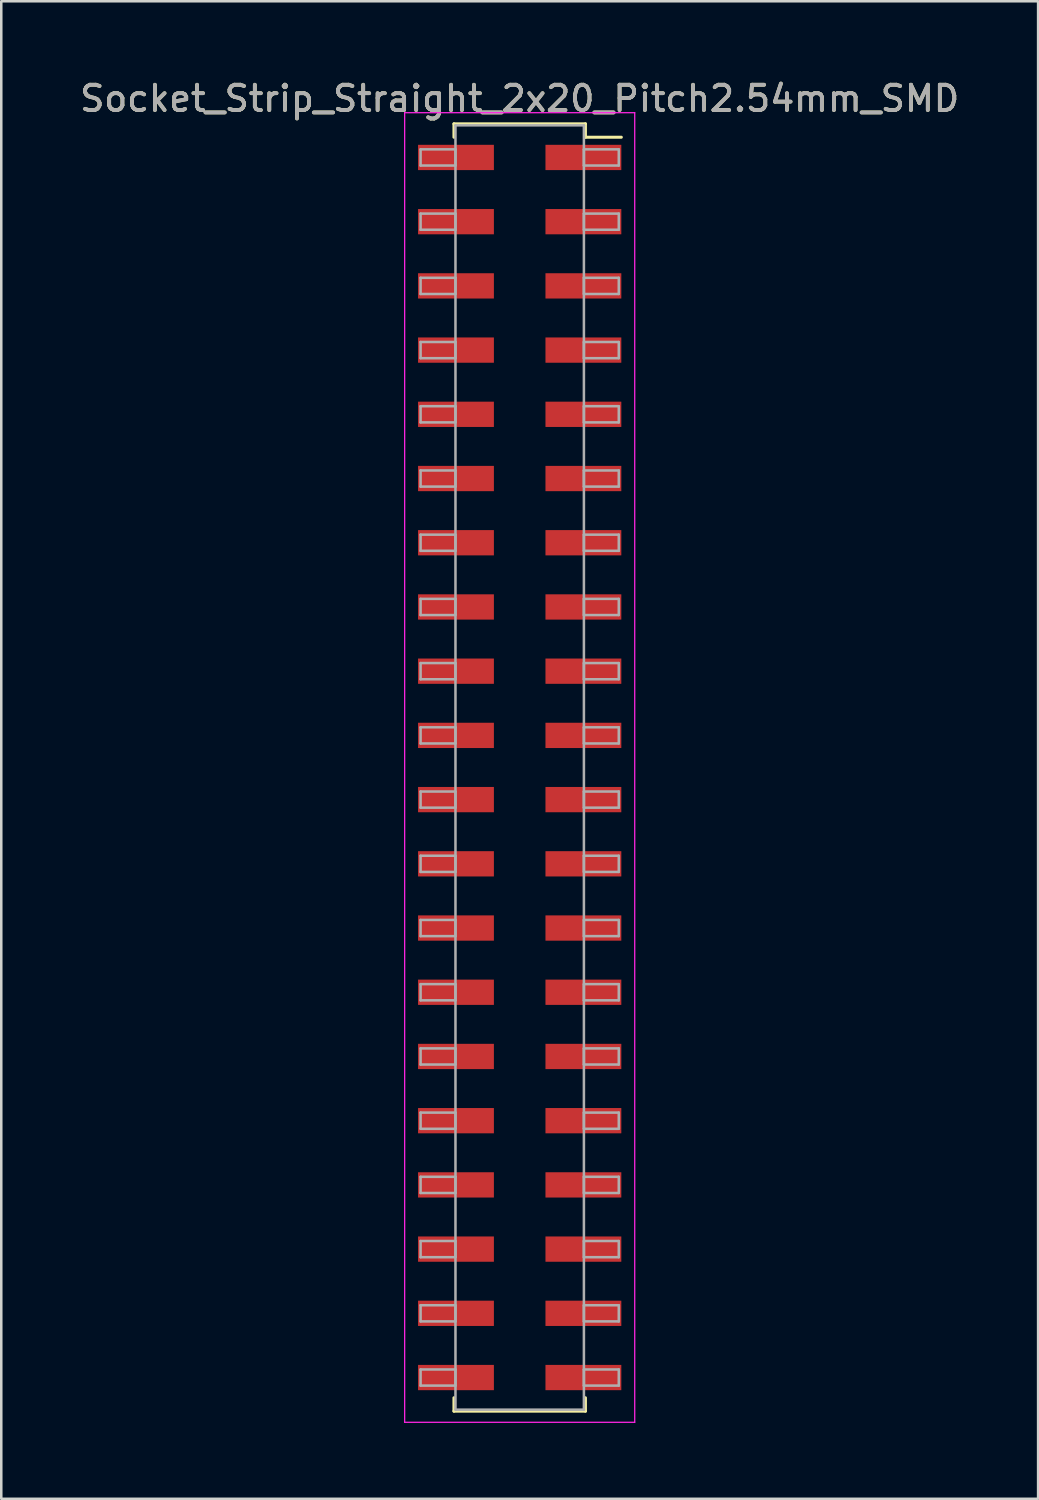
<source format=kicad_pcb>
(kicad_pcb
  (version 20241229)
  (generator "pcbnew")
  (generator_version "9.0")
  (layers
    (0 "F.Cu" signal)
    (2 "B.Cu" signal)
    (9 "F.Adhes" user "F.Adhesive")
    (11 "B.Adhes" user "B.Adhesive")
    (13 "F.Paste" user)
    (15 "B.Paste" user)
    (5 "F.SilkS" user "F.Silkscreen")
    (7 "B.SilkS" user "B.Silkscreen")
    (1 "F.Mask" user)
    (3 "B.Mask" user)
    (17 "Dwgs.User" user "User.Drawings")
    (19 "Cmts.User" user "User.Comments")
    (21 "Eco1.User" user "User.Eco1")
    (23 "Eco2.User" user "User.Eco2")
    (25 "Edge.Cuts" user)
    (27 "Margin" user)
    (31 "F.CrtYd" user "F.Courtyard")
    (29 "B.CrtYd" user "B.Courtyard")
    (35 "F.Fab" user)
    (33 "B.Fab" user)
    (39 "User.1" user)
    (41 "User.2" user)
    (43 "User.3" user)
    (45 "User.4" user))
  (footprint "Socket_Strip_Straight_2x20_Pitch2.54mm_SMD"
    (layer "F.Cu")
    (at 17.506 27.308)
    (property "Reference" "Socket_Strip_Straight_2x20_Pitch2.54mm_SMD" (at 0 -26.46 0) (layer "F.SilkS") (effects (font (size 1 1) (thickness 0.15))))
    (attr smd)
    (fp_line (start -2.6 -25.46) (end 2.6 -25.46) (stroke (width 0.12) (type solid)) (layer "F.SilkS"))
    (fp_line (start -2.6 -24.93) (end -2.6 -25.46) (stroke (width 0.12) (type solid)) (layer "F.SilkS"))
    (fp_line (start -2.6 24.93) (end -2.6 25.46) (stroke (width 0.12) (type solid)) (layer "F.SilkS"))
    (fp_line (start -2.6 25.46) (end 2.6 25.46) (stroke (width 0.12) (type solid)) (layer "F.SilkS"))
    (fp_line (start 2.6 -25.46) (end 2.6 -24.93) (stroke (width 0.12) (type solid)) (layer "F.SilkS"))
    (fp_line (start 2.6 25.46) (end 2.6 24.93) (stroke (width 0.12) (type solid)) (layer "F.SilkS"))
    (fp_line (start 4.02 -24.93) (end 2.6 -24.93) (stroke (width 0.12) (type solid)) (layer "F.SilkS"))
    (fp_line (start -4.55 -25.9) (end -4.55 25.9) (stroke (width 0.05) (type solid)) (layer "F.CrtYd"))
    (fp_line (start -4.55 25.9) (end 4.55 25.9) (stroke (width 0.05) (type solid)) (layer "F.CrtYd"))
    (fp_line (start 4.55 -25.9) (end -4.55 -25.9) (stroke (width 0.05) (type solid)) (layer "F.CrtYd"))
    (fp_line (start 4.55 25.9) (end 4.55 -25.9) (stroke (width 0.05) (type solid)) (layer "F.CrtYd"))
    (fp_line (start -3.92 -24.45) (end -2.54 -24.45) (stroke (width 0.1) (type solid)) (layer "F.Fab"))
    (fp_line (start -3.92 -23.81) (end -3.92 -24.45) (stroke (width 0.1) (type solid)) (layer "F.Fab"))
    (fp_line (start -3.92 -21.91) (end -2.54 -21.91) (stroke (width 0.1) (type solid)) (layer "F.Fab"))
    (fp_line (start -3.92 -21.27) (end -3.92 -21.91) (stroke (width 0.1) (type solid)) (layer "F.Fab"))
    (fp_line (start -3.92 -19.37) (end -2.54 -19.37) (stroke (width 0.1) (type solid)) (layer "F.Fab"))
    (fp_line (start -3.92 -18.73) (end -3.92 -19.37) (stroke (width 0.1) (type solid)) (layer "F.Fab"))
    (fp_line (start -3.92 -16.83) (end -2.54 -16.83) (stroke (width 0.1) (type solid)) (layer "F.Fab"))
    (fp_line (start -3.92 -16.19) (end -3.92 -16.83) (stroke (width 0.1) (type solid)) (layer "F.Fab"))
    (fp_line (start -3.92 -14.29) (end -2.54 -14.29) (stroke (width 0.1) (type solid)) (layer "F.Fab"))
    (fp_line (start -3.92 -13.65) (end -3.92 -14.29) (stroke (width 0.1) (type solid)) (layer "F.Fab"))
    (fp_line (start -3.92 -11.75) (end -2.54 -11.75) (stroke (width 0.1) (type solid)) (layer "F.Fab"))
    (fp_line (start -3.92 -11.11) (end -3.92 -11.75) (stroke (width 0.1) (type solid)) (layer "F.Fab"))
    (fp_line (start -3.92 -9.21) (end -2.54 -9.21) (stroke (width 0.1) (type solid)) (layer "F.Fab"))
    (fp_line (start -3.92 -8.57) (end -3.92 -9.21) (stroke (width 0.1) (type solid)) (layer "F.Fab"))
    (fp_line (start -3.92 -6.67) (end -2.54 -6.67) (stroke (width 0.1) (type solid)) (layer "F.Fab"))
    (fp_line (start -3.92 -6.03) (end -3.92 -6.67) (stroke (width 0.1) (type solid)) (layer "F.Fab"))
    (fp_line (start -3.92 -4.13) (end -2.54 -4.13) (stroke (width 0.1) (type solid)) (layer "F.Fab"))
    (fp_line (start -3.92 -3.49) (end -3.92 -4.13) (stroke (width 0.1) (type solid)) (layer "F.Fab"))
    (fp_line (start -3.92 -1.59) (end -2.54 -1.59) (stroke (width 0.1) (type solid)) (layer "F.Fab"))
    (fp_line (start -3.92 -0.95) (end -3.92 -1.59) (stroke (width 0.1) (type solid)) (layer "F.Fab"))
    (fp_line (start -3.92 0.95) (end -2.54 0.95) (stroke (width 0.1) (type solid)) (layer "F.Fab"))
    (fp_line (start -3.92 1.59) (end -3.92 0.95) (stroke (width 0.1) (type solid)) (layer "F.Fab"))
    (fp_line (start -3.92 3.49) (end -2.54 3.49) (stroke (width 0.1) (type solid)) (layer "F.Fab"))
    (fp_line (start -3.92 4.13) (end -3.92 3.49) (stroke (width 0.1) (type solid)) (layer "F.Fab"))
    (fp_line (start -3.92 6.03) (end -2.54 6.03) (stroke (width 0.1) (type solid)) (layer "F.Fab"))
    (fp_line (start -3.92 6.67) (end -3.92 6.03) (stroke (width 0.1) (type solid)) (layer "F.Fab"))
    (fp_line (start -3.92 8.57) (end -2.54 8.57) (stroke (width 0.1) (type solid)) (layer "F.Fab"))
    (fp_line (start -3.92 9.21) (end -3.92 8.57) (stroke (width 0.1) (type solid)) (layer "F.Fab"))
    (fp_line (start -3.92 11.11) (end -2.54 11.11) (stroke (width 0.1) (type solid)) (layer "F.Fab"))
    (fp_line (start -3.92 11.75) (end -3.92 11.11) (stroke (width 0.1) (type solid)) (layer "F.Fab"))
    (fp_line (start -3.92 13.65) (end -2.54 13.65) (stroke (width 0.1) (type solid)) (layer "F.Fab"))
    (fp_line (start -3.92 14.29) (end -3.92 13.65) (stroke (width 0.1) (type solid)) (layer "F.Fab"))
    (fp_line (start -3.92 16.19) (end -2.54 16.19) (stroke (width 0.1) (type solid)) (layer "F.Fab"))
    (fp_line (start -3.92 16.83) (end -3.92 16.19) (stroke (width 0.1) (type solid)) (layer "F.Fab"))
    (fp_line (start -3.92 18.73) (end -2.54 18.73) (stroke (width 0.1) (type solid)) (layer "F.Fab"))
    (fp_line (start -3.92 19.37) (end -3.92 18.73) (stroke (width 0.1) (type solid)) (layer "F.Fab"))
    (fp_line (start -3.92 21.27) (end -2.54 21.27) (stroke (width 0.1) (type solid)) (layer "F.Fab"))
    (fp_line (start -3.92 21.91) (end -3.92 21.27) (stroke (width 0.1) (type solid)) (layer "F.Fab"))
    (fp_line (start -3.92 23.81) (end -2.54 23.81) (stroke (width 0.1) (type solid)) (layer "F.Fab"))
    (fp_line (start -3.92 24.45) (end -3.92 23.81) (stroke (width 0.1) (type solid)) (layer "F.Fab"))
    (fp_line (start -2.54 -25.4) (end -2.54 25.4) (stroke (width 0.1) (type solid)) (layer "F.Fab"))
    (fp_line (start -2.54 -24.45) (end -2.54 -23.81) (stroke (width 0.1) (type solid)) (layer "F.Fab"))
    (fp_line (start -2.54 -23.81) (end -3.92 -23.81) (stroke (width 0.1) (type solid)) (layer "F.Fab"))
    (fp_line (start -2.54 -21.91) (end -2.54 -21.27) (stroke (width 0.1) (type solid)) (layer "F.Fab"))
    (fp_line (start -2.54 -21.27) (end -3.92 -21.27) (stroke (width 0.1) (type solid)) (layer "F.Fab"))
    (fp_line (start -2.54 -19.37) (end -2.54 -18.73) (stroke (width 0.1) (type solid)) (layer "F.Fab"))
    (fp_line (start -2.54 -18.73) (end -3.92 -18.73) (stroke (width 0.1) (type solid)) (layer "F.Fab"))
    (fp_line (start -2.54 -16.83) (end -2.54 -16.19) (stroke (width 0.1) (type solid)) (layer "F.Fab"))
    (fp_line (start -2.54 -16.19) (end -3.92 -16.19) (stroke (width 0.1) (type solid)) (layer "F.Fab"))
    (fp_line (start -2.54 -14.29) (end -2.54 -13.65) (stroke (width 0.1) (type solid)) (layer "F.Fab"))
    (fp_line (start -2.54 -13.65) (end -3.92 -13.65) (stroke (width 0.1) (type solid)) (layer "F.Fab"))
    (fp_line (start -2.54 -11.75) (end -2.54 -11.11) (stroke (width 0.1) (type solid)) (layer "F.Fab"))
    (fp_line (start -2.54 -11.11) (end -3.92 -11.11) (stroke (width 0.1) (type solid)) (layer "F.Fab"))
    (fp_line (start -2.54 -9.21) (end -2.54 -8.57) (stroke (width 0.1) (type solid)) (layer "F.Fab"))
    (fp_line (start -2.54 -8.57) (end -3.92 -8.57) (stroke (width 0.1) (type solid)) (layer "F.Fab"))
    (fp_line (start -2.54 -6.67) (end -2.54 -6.03) (stroke (width 0.1) (type solid)) (layer "F.Fab"))
    (fp_line (start -2.54 -6.03) (end -3.92 -6.03) (stroke (width 0.1) (type solid)) (layer "F.Fab"))
    (fp_line (start -2.54 -4.13) (end -2.54 -3.49) (stroke (width 0.1) (type solid)) (layer "F.Fab"))
    (fp_line (start -2.54 -3.49) (end -3.92 -3.49) (stroke (width 0.1) (type solid)) (layer "F.Fab"))
    (fp_line (start -2.54 -1.59) (end -2.54 -0.95) (stroke (width 0.1) (type solid)) (layer "F.Fab"))
    (fp_line (start -2.54 -0.95) (end -3.92 -0.95) (stroke (width 0.1) (type solid)) (layer "F.Fab"))
    (fp_line (start -2.54 0.95) (end -2.54 1.59) (stroke (width 0.1) (type solid)) (layer "F.Fab"))
    (fp_line (start -2.54 1.59) (end -3.92 1.59) (stroke (width 0.1) (type solid)) (layer "F.Fab"))
    (fp_line (start -2.54 3.49) (end -2.54 4.13) (stroke (width 0.1) (type solid)) (layer "F.Fab"))
    (fp_line (start -2.54 4.13) (end -3.92 4.13) (stroke (width 0.1) (type solid)) (layer "F.Fab"))
    (fp_line (start -2.54 6.03) (end -2.54 6.67) (stroke (width 0.1) (type solid)) (layer "F.Fab"))
    (fp_line (start -2.54 6.67) (end -3.92 6.67) (stroke (width 0.1) (type solid)) (layer "F.Fab"))
    (fp_line (start -2.54 8.57) (end -2.54 9.21) (stroke (width 0.1) (type solid)) (layer "F.Fab"))
    (fp_line (start -2.54 9.21) (end -3.92 9.21) (stroke (width 0.1) (type solid)) (layer "F.Fab"))
    (fp_line (start -2.54 11.11) (end -2.54 11.75) (stroke (width 0.1) (type solid)) (layer "F.Fab"))
    (fp_line (start -2.54 11.75) (end -3.92 11.75) (stroke (width 0.1) (type solid)) (layer "F.Fab"))
    (fp_line (start -2.54 13.65) (end -2.54 14.29) (stroke (width 0.1) (type solid)) (layer "F.Fab"))
    (fp_line (start -2.54 14.29) (end -3.92 14.29) (stroke (width 0.1) (type solid)) (layer "F.Fab"))
    (fp_line (start -2.54 16.19) (end -2.54 16.83) (stroke (width 0.1) (type solid)) (layer "F.Fab"))
    (fp_line (start -2.54 16.83) (end -3.92 16.83) (stroke (width 0.1) (type solid)) (layer "F.Fab"))
    (fp_line (start -2.54 18.73) (end -2.54 19.37) (stroke (width 0.1) (type solid)) (layer "F.Fab"))
    (fp_line (start -2.54 19.37) (end -3.92 19.37) (stroke (width 0.1) (type solid)) (layer "F.Fab"))
    (fp_line (start -2.54 21.27) (end -2.54 21.91) (stroke (width 0.1) (type solid)) (layer "F.Fab"))
    (fp_line (start -2.54 21.91) (end -3.92 21.91) (stroke (width 0.1) (type solid)) (layer "F.Fab"))
    (fp_line (start -2.54 23.81) (end -2.54 24.45) (stroke (width 0.1) (type solid)) (layer "F.Fab"))
    (fp_line (start -2.54 24.45) (end -3.92 24.45) (stroke (width 0.1) (type solid)) (layer "F.Fab"))
    (fp_line (start -2.54 25.4) (end 2.54 25.4) (stroke (width 0.1) (type solid)) (layer "F.Fab"))
    (fp_line (start 2.54 -25.4) (end -2.54 -25.4) (stroke (width 0.1) (type solid)) (layer "F.Fab"))
    (fp_line (start 2.54 -24.45) (end 2.54 -23.81) (stroke (width 0.1) (type solid)) (layer "F.Fab"))
    (fp_line (start 2.54 -23.81) (end 3.92 -23.81) (stroke (width 0.1) (type solid)) (layer "F.Fab"))
    (fp_line (start 2.54 -21.91) (end 2.54 -21.27) (stroke (width 0.1) (type solid)) (layer "F.Fab"))
    (fp_line (start 2.54 -21.27) (end 3.92 -21.27) (stroke (width 0.1) (type solid)) (layer "F.Fab"))
    (fp_line (start 2.54 -19.37) (end 2.54 -18.73) (stroke (width 0.1) (type solid)) (layer "F.Fab"))
    (fp_line (start 2.54 -18.73) (end 3.92 -18.73) (stroke (width 0.1) (type solid)) (layer "F.Fab"))
    (fp_line (start 2.54 -16.83) (end 2.54 -16.19) (stroke (width 0.1) (type solid)) (layer "F.Fab"))
    (fp_line (start 2.54 -16.19) (end 3.92 -16.19) (stroke (width 0.1) (type solid)) (layer "F.Fab"))
    (fp_line (start 2.54 -14.29) (end 2.54 -13.65) (stroke (width 0.1) (type solid)) (layer "F.Fab"))
    (fp_line (start 2.54 -13.65) (end 3.92 -13.65) (stroke (width 0.1) (type solid)) (layer "F.Fab"))
    (fp_line (start 2.54 -11.75) (end 2.54 -11.11) (stroke (width 0.1) (type solid)) (layer "F.Fab"))
    (fp_line (start 2.54 -11.11) (end 3.92 -11.11) (stroke (width 0.1) (type solid)) (layer "F.Fab"))
    (fp_line (start 2.54 -9.21) (end 2.54 -8.57) (stroke (width 0.1) (type solid)) (layer "F.Fab"))
    (fp_line (start 2.54 -8.57) (end 3.92 -8.57) (stroke (width 0.1) (type solid)) (layer "F.Fab"))
    (fp_line (start 2.54 -6.67) (end 2.54 -6.03) (stroke (width 0.1) (type solid)) (layer "F.Fab"))
    (fp_line (start 2.54 -6.03) (end 3.92 -6.03) (stroke (width 0.1) (type solid)) (layer "F.Fab"))
    (fp_line (start 2.54 -4.13) (end 2.54 -3.49) (stroke (width 0.1) (type solid)) (layer "F.Fab"))
    (fp_line (start 2.54 -3.49) (end 3.92 -3.49) (stroke (width 0.1) (type solid)) (layer "F.Fab"))
    (fp_line (start 2.54 -1.59) (end 2.54 -0.95) (stroke (width 0.1) (type solid)) (layer "F.Fab"))
    (fp_line (start 2.54 -0.95) (end 3.92 -0.95) (stroke (width 0.1) (type solid)) (layer "F.Fab"))
    (fp_line (start 2.54 0.95) (end 2.54 1.59) (stroke (width 0.1) (type solid)) (layer "F.Fab"))
    (fp_line (start 2.54 1.59) (end 3.92 1.59) (stroke (width 0.1) (type solid)) (layer "F.Fab"))
    (fp_line (start 2.54 3.49) (end 2.54 4.13) (stroke (width 0.1) (type solid)) (layer "F.Fab"))
    (fp_line (start 2.54 4.13) (end 3.92 4.13) (stroke (width 0.1) (type solid)) (layer "F.Fab"))
    (fp_line (start 2.54 6.03) (end 2.54 6.67) (stroke (width 0.1) (type solid)) (layer "F.Fab"))
    (fp_line (start 2.54 6.67) (end 3.92 6.67) (stroke (width 0.1) (type solid)) (layer "F.Fab"))
    (fp_line (start 2.54 8.57) (end 2.54 9.21) (stroke (width 0.1) (type solid)) (layer "F.Fab"))
    (fp_line (start 2.54 9.21) (end 3.92 9.21) (stroke (width 0.1) (type solid)) (layer "F.Fab"))
    (fp_line (start 2.54 11.11) (end 2.54 11.75) (stroke (width 0.1) (type solid)) (layer "F.Fab"))
    (fp_line (start 2.54 11.75) (end 3.92 11.75) (stroke (width 0.1) (type solid)) (layer "F.Fab"))
    (fp_line (start 2.54 13.65) (end 2.54 14.29) (stroke (width 0.1) (type solid)) (layer "F.Fab"))
    (fp_line (start 2.54 14.29) (end 3.92 14.29) (stroke (width 0.1) (type solid)) (layer "F.Fab"))
    (fp_line (start 2.54 16.19) (end 2.54 16.83) (stroke (width 0.1) (type solid)) (layer "F.Fab"))
    (fp_line (start 2.54 16.83) (end 3.92 16.83) (stroke (width 0.1) (type solid)) (layer "F.Fab"))
    (fp_line (start 2.54 18.73) (end 2.54 19.37) (stroke (width 0.1) (type solid)) (layer "F.Fab"))
    (fp_line (start 2.54 19.37) (end 3.92 19.37) (stroke (width 0.1) (type solid)) (layer "F.Fab"))
    (fp_line (start 2.54 21.27) (end 2.54 21.91) (stroke (width 0.1) (type solid)) (layer "F.Fab"))
    (fp_line (start 2.54 21.91) (end 3.92 21.91) (stroke (width 0.1) (type solid)) (layer "F.Fab"))
    (fp_line (start 2.54 23.81) (end 2.54 24.45) (stroke (width 0.1) (type solid)) (layer "F.Fab"))
    (fp_line (start 2.54 24.45) (end 3.92 24.45) (stroke (width 0.1) (type solid)) (layer "F.Fab"))
    (fp_line (start 2.54 25.4) (end 2.54 -25.4) (stroke (width 0.1) (type solid)) (layer "F.Fab"))
    (fp_line (start 3.92 -24.45) (end 2.54 -24.45) (stroke (width 0.1) (type solid)) (layer "F.Fab"))
    (fp_line (start 3.92 -23.81) (end 3.92 -24.45) (stroke (width 0.1) (type solid)) (layer "F.Fab"))
    (fp_line (start 3.92 -21.91) (end 2.54 -21.91) (stroke (width 0.1) (type solid)) (layer "F.Fab"))
    (fp_line (start 3.92 -21.27) (end 3.92 -21.91) (stroke (width 0.1) (type solid)) (layer "F.Fab"))
    (fp_line (start 3.92 -19.37) (end 2.54 -19.37) (stroke (width 0.1) (type solid)) (layer "F.Fab"))
    (fp_line (start 3.92 -18.73) (end 3.92 -19.37) (stroke (width 0.1) (type solid)) (layer "F.Fab"))
    (fp_line (start 3.92 -16.83) (end 2.54 -16.83) (stroke (width 0.1) (type solid)) (layer "F.Fab"))
    (fp_line (start 3.92 -16.19) (end 3.92 -16.83) (stroke (width 0.1) (type solid)) (layer "F.Fab"))
    (fp_line (start 3.92 -14.29) (end 2.54 -14.29) (stroke (width 0.1) (type solid)) (layer "F.Fab"))
    (fp_line (start 3.92 -13.65) (end 3.92 -14.29) (stroke (width 0.1) (type solid)) (layer "F.Fab"))
    (fp_line (start 3.92 -11.75) (end 2.54 -11.75) (stroke (width 0.1) (type solid)) (layer "F.Fab"))
    (fp_line (start 3.92 -11.11) (end 3.92 -11.75) (stroke (width 0.1) (type solid)) (layer "F.Fab"))
    (fp_line (start 3.92 -9.21) (end 2.54 -9.21) (stroke (width 0.1) (type solid)) (layer "F.Fab"))
    (fp_line (start 3.92 -8.57) (end 3.92 -9.21) (stroke (width 0.1) (type solid)) (layer "F.Fab"))
    (fp_line (start 3.92 -6.67) (end 2.54 -6.67) (stroke (width 0.1) (type solid)) (layer "F.Fab"))
    (fp_line (start 3.92 -6.03) (end 3.92 -6.67) (stroke (width 0.1) (type solid)) (layer "F.Fab"))
    (fp_line (start 3.92 -4.13) (end 2.54 -4.13) (stroke (width 0.1) (type solid)) (layer "F.Fab"))
    (fp_line (start 3.92 -3.49) (end 3.92 -4.13) (stroke (width 0.1) (type solid)) (layer "F.Fab"))
    (fp_line (start 3.92 -1.59) (end 2.54 -1.59) (stroke (width 0.1) (type solid)) (layer "F.Fab"))
    (fp_line (start 3.92 -0.95) (end 3.92 -1.59) (stroke (width 0.1) (type solid)) (layer "F.Fab"))
    (fp_line (start 3.92 0.95) (end 2.54 0.95) (stroke (width 0.1) (type solid)) (layer "F.Fab"))
    (fp_line (start 3.92 1.59) (end 3.92 0.95) (stroke (width 0.1) (type solid)) (layer "F.Fab"))
    (fp_line (start 3.92 3.49) (end 2.54 3.49) (stroke (width 0.1) (type solid)) (layer "F.Fab"))
    (fp_line (start 3.92 4.13) (end 3.92 3.49) (stroke (width 0.1) (type solid)) (layer "F.Fab"))
    (fp_line (start 3.92 6.03) (end 2.54 6.03) (stroke (width 0.1) (type solid)) (layer "F.Fab"))
    (fp_line (start 3.92 6.67) (end 3.92 6.03) (stroke (width 0.1) (type solid)) (layer "F.Fab"))
    (fp_line (start 3.92 8.57) (end 2.54 8.57) (stroke (width 0.1) (type solid)) (layer "F.Fab"))
    (fp_line (start 3.92 9.21) (end 3.92 8.57) (stroke (width 0.1) (type solid)) (layer "F.Fab"))
    (fp_line (start 3.92 11.11) (end 2.54 11.11) (stroke (width 0.1) (type solid)) (layer "F.Fab"))
    (fp_line (start 3.92 11.75) (end 3.92 11.11) (stroke (width 0.1) (type solid)) (layer "F.Fab"))
    (fp_line (start 3.92 13.65) (end 2.54 13.65) (stroke (width 0.1) (type solid)) (layer "F.Fab"))
    (fp_line (start 3.92 14.29) (end 3.92 13.65) (stroke (width 0.1) (type solid)) (layer "F.Fab"))
    (fp_line (start 3.92 16.19) (end 2.54 16.19) (stroke (width 0.1) (type solid)) (layer "F.Fab"))
    (fp_line (start 3.92 16.83) (end 3.92 16.19) (stroke (width 0.1) (type solid)) (layer "F.Fab"))
    (fp_line (start 3.92 18.73) (end 2.54 18.73) (stroke (width 0.1) (type solid)) (layer "F.Fab"))
    (fp_line (start 3.92 19.37) (end 3.92 18.73) (stroke (width 0.1) (type solid)) (layer "F.Fab"))
    (fp_line (start 3.92 21.27) (end 2.54 21.27) (stroke (width 0.1) (type solid)) (layer "F.Fab"))
    (fp_line (start 3.92 21.91) (end 3.92 21.27) (stroke (width 0.1) (type solid)) (layer "F.Fab"))
    (fp_line (start 3.92 23.81) (end 2.54 23.81) (stroke (width 0.1) (type solid)) (layer "F.Fab"))
    (fp_line (start 3.92 24.45) (end 3.92 23.81) (stroke (width 0.1) (type solid)) (layer "F.Fab"))
    (fp_text user "${REFERENCE}" (at 0 -26.46 0) (layer "F.Fab") (effects (font (size 1 1) (thickness 0.15))))
    (pad "1" smd rect (at 2.52 -24.13) (size 3 1) (layers "F.Cu" "F.Mask" "F.Paste"))
    (pad "2" smd rect (at -2.52 -24.13) (size 3 1) (layers "F.Cu" "F.Mask" "F.Paste"))
    (pad "3" smd rect (at 2.52 -21.59) (size 3 1) (layers "F.Cu" "F.Mask" "F.Paste"))
    (pad "4" smd rect (at -2.52 -21.59) (size 3 1) (layers "F.Cu" "F.Mask" "F.Paste"))
    (pad "5" smd rect (at 2.52 -19.05) (size 3 1) (layers "F.Cu" "F.Mask" "F.Paste"))
    (pad "6" smd rect (at -2.52 -19.05) (size 3 1) (layers "F.Cu" "F.Mask" "F.Paste"))
    (pad "7" smd rect (at 2.52 -16.51) (size 3 1) (layers "F.Cu" "F.Mask" "F.Paste"))
    (pad "8" smd rect (at -2.52 -16.51) (size 3 1) (layers "F.Cu" "F.Mask" "F.Paste"))
    (pad "9" smd rect (at 2.52 -13.97) (size 3 1) (layers "F.Cu" "F.Mask" "F.Paste"))
    (pad "10" smd rect (at -2.52 -13.97) (size 3 1) (layers "F.Cu" "F.Mask" "F.Paste"))
    (pad "11" smd rect (at 2.52 -11.43) (size 3 1) (layers "F.Cu" "F.Mask" "F.Paste"))
    (pad "12" smd rect (at -2.52 -11.43) (size 3 1) (layers "F.Cu" "F.Mask" "F.Paste"))
    (pad "13" smd rect (at 2.52 -8.89) (size 3 1) (layers "F.Cu" "F.Mask" "F.Paste"))
    (pad "14" smd rect (at -2.52 -8.89) (size 3 1) (layers "F.Cu" "F.Mask" "F.Paste"))
    (pad "15" smd rect (at 2.52 -6.35) (size 3 1) (layers "F.Cu" "F.Mask" "F.Paste"))
    (pad "16" smd rect (at -2.52 -6.35) (size 3 1) (layers "F.Cu" "F.Mask" "F.Paste"))
    (pad "17" smd rect (at 2.52 -3.81) (size 3 1) (layers "F.Cu" "F.Mask" "F.Paste"))
    (pad "18" smd rect (at -2.52 -3.81) (size 3 1) (layers "F.Cu" "F.Mask" "F.Paste"))
    (pad "19" smd rect (at 2.52 -1.27) (size 3 1) (layers "F.Cu" "F.Mask" "F.Paste"))
    (pad "20" smd rect (at -2.52 -1.27) (size 3 1) (layers "F.Cu" "F.Mask" "F.Paste"))
    (pad "21" smd rect (at 2.52 1.27) (size 3 1) (layers "F.Cu" "F.Mask" "F.Paste"))
    (pad "22" smd rect (at -2.52 1.27) (size 3 1) (layers "F.Cu" "F.Mask" "F.Paste"))
    (pad "23" smd rect (at 2.52 3.81) (size 3 1) (layers "F.Cu" "F.Mask" "F.Paste"))
    (pad "24" smd rect (at -2.52 3.81) (size 3 1) (layers "F.Cu" "F.Mask" "F.Paste"))
    (pad "25" smd rect (at 2.52 6.35) (size 3 1) (layers "F.Cu" "F.Mask" "F.Paste"))
    (pad "26" smd rect (at -2.52 6.35) (size 3 1) (layers "F.Cu" "F.Mask" "F.Paste"))
    (pad "27" smd rect (at 2.52 8.89) (size 3 1) (layers "F.Cu" "F.Mask" "F.Paste"))
    (pad "28" smd rect (at -2.52 8.89) (size 3 1) (layers "F.Cu" "F.Mask" "F.Paste"))
    (pad "29" smd rect (at 2.52 11.43) (size 3 1) (layers "F.Cu" "F.Mask" "F.Paste"))
    (pad "30" smd rect (at -2.52 11.43) (size 3 1) (layers "F.Cu" "F.Mask" "F.Paste"))
    (pad "31" smd rect (at 2.52 13.97) (size 3 1) (layers "F.Cu" "F.Mask" "F.Paste"))
    (pad "32" smd rect (at -2.52 13.97) (size 3 1) (layers "F.Cu" "F.Mask" "F.Paste"))
    (pad "33" smd rect (at 2.52 16.51) (size 3 1) (layers "F.Cu" "F.Mask" "F.Paste"))
    (pad "34" smd rect (at -2.52 16.51) (size 3 1) (layers "F.Cu" "F.Mask" "F.Paste"))
    (pad "35" smd rect (at 2.52 19.05) (size 3 1) (layers "F.Cu" "F.Mask" "F.Paste"))
    (pad "36" smd rect (at -2.52 19.05) (size 3 1) (layers "F.Cu" "F.Mask" "F.Paste"))
    (pad "37" smd rect (at 2.52 21.59) (size 3 1) (layers "F.Cu" "F.Mask" "F.Paste"))
    (pad "38" smd rect (at -2.52 21.59) (size 3 1) (layers "F.Cu" "F.Mask" "F.Paste"))
    (pad "39" smd rect (at 2.52 24.13) (size 3 1) (layers "F.Cu" "F.Mask" "F.Paste"))
    (pad "40" smd rect (at -2.52 24.13) (size 3 1) (layers "F.Cu" "F.Mask" "F.Paste")))
  (gr_rect
    (start -3 -3)
    (end 38.012 56.233)
    (stroke (width 0.1) (type default))
    (fill no)
    (layer "Edge.Cuts")))
</source>
